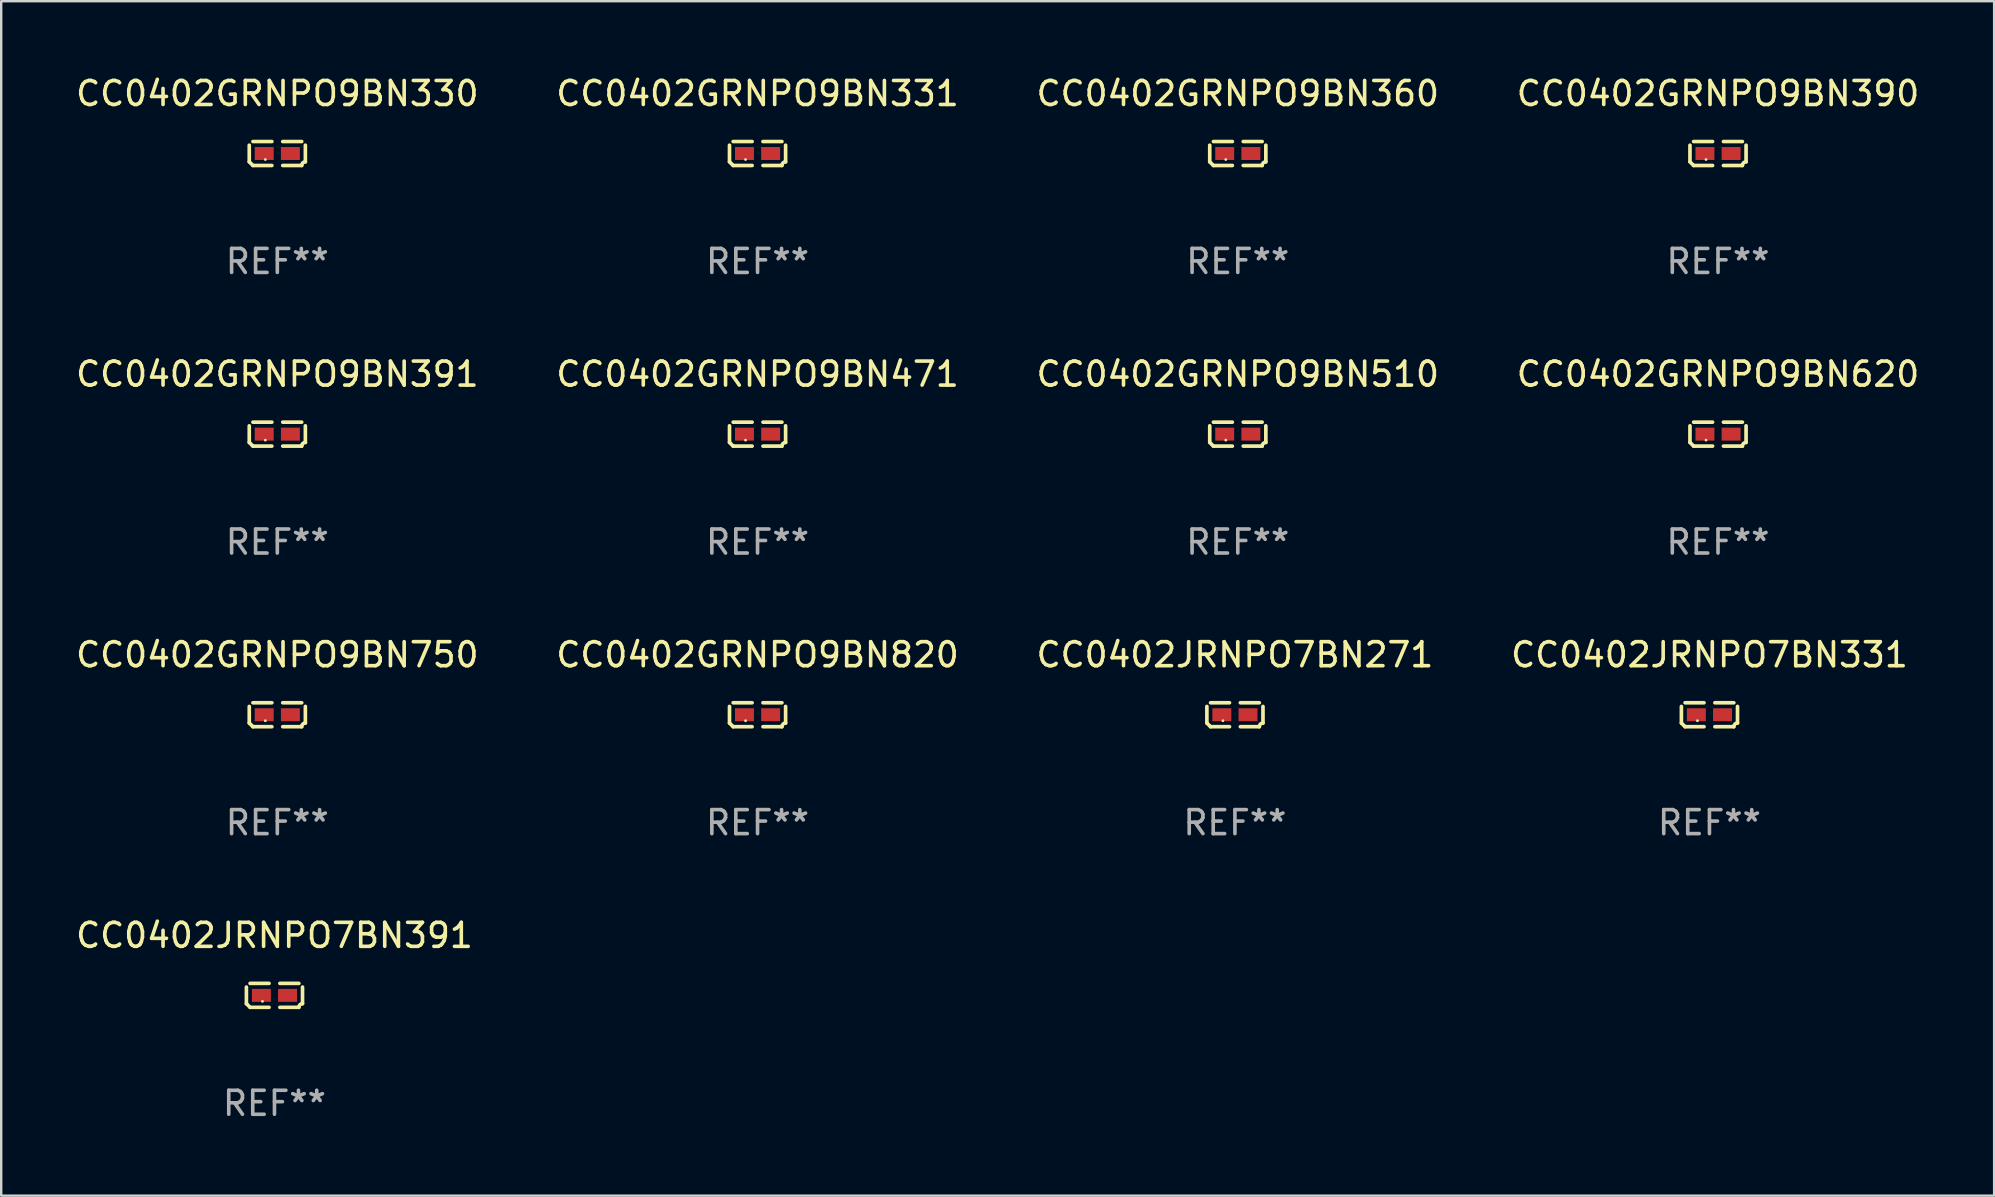
<source format=kicad_pcb>
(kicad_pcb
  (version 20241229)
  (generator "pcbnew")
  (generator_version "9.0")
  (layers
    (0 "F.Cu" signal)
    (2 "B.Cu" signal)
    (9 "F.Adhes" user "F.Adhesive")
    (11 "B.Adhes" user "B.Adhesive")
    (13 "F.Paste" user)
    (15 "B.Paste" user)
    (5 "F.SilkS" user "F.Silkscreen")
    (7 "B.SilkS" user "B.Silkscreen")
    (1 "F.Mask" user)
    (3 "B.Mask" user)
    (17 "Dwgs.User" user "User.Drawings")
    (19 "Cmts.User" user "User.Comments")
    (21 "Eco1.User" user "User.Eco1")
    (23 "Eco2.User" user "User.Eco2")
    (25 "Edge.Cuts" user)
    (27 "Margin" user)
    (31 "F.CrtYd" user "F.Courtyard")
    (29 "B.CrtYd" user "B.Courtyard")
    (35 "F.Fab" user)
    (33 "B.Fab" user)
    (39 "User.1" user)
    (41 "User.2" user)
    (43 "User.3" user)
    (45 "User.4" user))
  (footprint "CC0402GRNPO9BN471"
    (layer "F.Cu")
    (at 28.518 15.041)
    (property "Reference" "CC0402GRNPO9BN471" (at 0 -2.499 0) (layer "F.SilkS") (effects (font (size 1 1) (thickness 0.15))))
    (attr through_hole)
    (fp_line (start -1.169 0.346) (end -1.169 -0.346) (stroke (width 0.152) (type solid)) (layer "F.SilkS"))
    (fp_line (start -1.016 -0.499) (end -0.226 -0.499) (stroke (width 0.152) (type solid)) (layer "F.SilkS"))
    (fp_line (start -0.226 0.499) (end -1.016 0.499) (stroke (width 0.152) (type solid)) (layer "F.SilkS"))
    (fp_line (start 0.226 0.499) (end 1.016 0.499) (stroke (width 0.152) (type solid)) (layer "F.SilkS"))
    (fp_line (start 1.016 -0.499) (end 0.226 -0.499) (stroke (width 0.152) (type solid)) (layer "F.SilkS"))
    (fp_line (start 1.169 0.346) (end 1.169 -0.346) (stroke (width 0.152) (type solid)) (layer "F.SilkS"))
    (fp_arc (start -1.016307 0.498603) (mid -1.092512 0.422405) (end -1.16871 0.3462) (stroke (width 0.1524) (type solid)) (layer "F.SilkS"))
    (fp_arc (start 1.016307 0.498603) (mid 1.060899 0.390758) (end 1.168707 0.346076) (stroke (width 0.1524) (type solid)) (layer "F.SilkS"))
    (fp_circle (center -0.5 0.25) (end -0.47 0.25) (stroke (width 0.06) (type solid)) (fill no) (layer "F.SilkS"))
    (fp_text user "REF**" (at 0 4.499 0) (layer "F.Fab") (effects (font (size 1 1) (thickness 0.15))))
    (pad "1" smd rect (at -0.545 0) (size 0.79 0.54) (layers "F.Cu" "F.Mask" "F.Paste"))
    (pad "2" smd rect (at 0.545 0) (size 0.79 0.54) (layers "F.Cu" "F.Mask" "F.Paste")))
  (footprint "CC0402JRNPO7BN271"
    (layer "F.Cu")
    (at 48.411 26.734)
    (property "Reference" "CC0402JRNPO7BN271" (at 0 -2.499 0) (layer "F.SilkS") (effects (font (size 1 1) (thickness 0.15))))
    (attr through_hole)
    (fp_line (start -1.169 0.346) (end -1.169 -0.346) (stroke (width 0.152) (type solid)) (layer "F.SilkS"))
    (fp_line (start -1.016 -0.499) (end -0.226 -0.499) (stroke (width 0.152) (type solid)) (layer "F.SilkS"))
    (fp_line (start -0.226 0.499) (end -1.016 0.499) (stroke (width 0.152) (type solid)) (layer "F.SilkS"))
    (fp_line (start 0.226 0.499) (end 1.016 0.499) (stroke (width 0.152) (type solid)) (layer "F.SilkS"))
    (fp_line (start 1.016 -0.499) (end 0.226 -0.499) (stroke (width 0.152) (type solid)) (layer "F.SilkS"))
    (fp_line (start 1.169 0.346) (end 1.169 -0.346) (stroke (width 0.152) (type solid)) (layer "F.SilkS"))
    (fp_arc (start -1.016307 0.498603) (mid -1.092512 0.422405) (end -1.16871 0.3462) (stroke (width 0.1524) (type solid)) (layer "F.SilkS"))
    (fp_arc (start 1.016307 0.498603) (mid 1.060899 0.390758) (end 1.168707 0.346076) (stroke (width 0.1524) (type solid)) (layer "F.SilkS"))
    (fp_circle (center -0.5 0.25) (end -0.47 0.25) (stroke (width 0.06) (type solid)) (fill no) (layer "F.SilkS"))
    (fp_text user "REF**" (at 0 4.499 0) (layer "F.Fab") (effects (font (size 1 1) (thickness 0.15))))
    (pad "1" smd rect (at -0.545 0) (size 0.79 0.54) (layers "F.Cu" "F.Mask" "F.Paste"))
    (pad "2" smd rect (at 0.545 0) (size 0.79 0.54) (layers "F.Cu" "F.Mask" "F.Paste")))
  (footprint "CC0402GRNPO9BN331"
    (layer "F.Cu")
    (at 28.518 3.347)
    (property "Reference" "CC0402GRNPO9BN331" (at 0 -2.499 0) (layer "F.SilkS") (effects (font (size 1 1) (thickness 0.15))))
    (attr through_hole)
    (fp_line (start -1.169 0.346) (end -1.169 -0.346) (stroke (width 0.152) (type solid)) (layer "F.SilkS"))
    (fp_line (start -1.016 -0.499) (end -0.226 -0.499) (stroke (width 0.152) (type solid)) (layer "F.SilkS"))
    (fp_line (start -0.226 0.499) (end -1.016 0.499) (stroke (width 0.152) (type solid)) (layer "F.SilkS"))
    (fp_line (start 0.226 0.499) (end 1.016 0.499) (stroke (width 0.152) (type solid)) (layer "F.SilkS"))
    (fp_line (start 1.016 -0.499) (end 0.226 -0.499) (stroke (width 0.152) (type solid)) (layer "F.SilkS"))
    (fp_line (start 1.169 0.346) (end 1.169 -0.346) (stroke (width 0.152) (type solid)) (layer "F.SilkS"))
    (fp_arc (start -1.016307 0.498603) (mid -1.092512 0.422405) (end -1.16871 0.3462) (stroke (width 0.1524) (type solid)) (layer "F.SilkS"))
    (fp_arc (start 1.016307 0.498603) (mid 1.060899 0.390758) (end 1.168707 0.346076) (stroke (width 0.1524) (type solid)) (layer "F.SilkS"))
    (fp_circle (center -0.5 0.25) (end -0.47 0.25) (stroke (width 0.06) (type solid)) (fill no) (layer "F.SilkS"))
    (fp_text user "REF**" (at 0 4.499 0) (layer "F.Fab") (effects (font (size 1 1) (thickness 0.15))))
    (pad "1" smd rect (at -0.545 0) (size 0.79 0.54) (layers "F.Cu" "F.Mask" "F.Paste"))
    (pad "2" smd rect (at 0.545 0) (size 0.79 0.54) (layers "F.Cu" "F.Mask" "F.Paste")))
  (footprint "CC0402JRNPO7BN331"
    (layer "F.Cu")
    (at 68.185 26.734)
    (property "Reference" "CC0402JRNPO7BN331" (at 0 -2.499 0) (layer "F.SilkS") (effects (font (size 1 1) (thickness 0.15))))
    (attr through_hole)
    (fp_line (start -1.169 0.346) (end -1.169 -0.346) (stroke (width 0.152) (type solid)) (layer "F.SilkS"))
    (fp_line (start -1.016 -0.499) (end -0.226 -0.499) (stroke (width 0.152) (type solid)) (layer "F.SilkS"))
    (fp_line (start -0.226 0.499) (end -1.016 0.499) (stroke (width 0.152) (type solid)) (layer "F.SilkS"))
    (fp_line (start 0.226 0.499) (end 1.016 0.499) (stroke (width 0.152) (type solid)) (layer "F.SilkS"))
    (fp_line (start 1.016 -0.499) (end 0.226 -0.499) (stroke (width 0.152) (type solid)) (layer "F.SilkS"))
    (fp_line (start 1.169 0.346) (end 1.169 -0.346) (stroke (width 0.152) (type solid)) (layer "F.SilkS"))
    (fp_arc (start -1.016307 0.498603) (mid -1.092512 0.422405) (end -1.16871 0.3462) (stroke (width 0.1524) (type solid)) (layer "F.SilkS"))
    (fp_arc (start 1.016307 0.498603) (mid 1.060899 0.390758) (end 1.168707 0.346076) (stroke (width 0.1524) (type solid)) (layer "F.SilkS"))
    (fp_circle (center -0.5 0.25) (end -0.47 0.25) (stroke (width 0.06) (type solid)) (fill no) (layer "F.SilkS"))
    (fp_text user "REF**" (at 0 4.499 0) (layer "F.Fab") (effects (font (size 1 1) (thickness 0.15))))
    (pad "1" smd rect (at -0.545 0) (size 0.79 0.54) (layers "F.Cu" "F.Mask" "F.Paste"))
    (pad "2" smd rect (at 0.545 0) (size 0.79 0.54) (layers "F.Cu" "F.Mask" "F.Paste")))
  (footprint "CC0402GRNPO9BN820"
    (layer "F.Cu")
    (at 28.518 26.734)
    (property "Reference" "CC0402GRNPO9BN820" (at 0 -2.499 0) (layer "F.SilkS") (effects (font (size 1 1) (thickness 0.15))))
    (attr through_hole)
    (fp_line (start -1.169 0.346) (end -1.169 -0.346) (stroke (width 0.152) (type solid)) (layer "F.SilkS"))
    (fp_line (start -1.016 -0.499) (end -0.226 -0.499) (stroke (width 0.152) (type solid)) (layer "F.SilkS"))
    (fp_line (start -0.226 0.499) (end -1.016 0.499) (stroke (width 0.152) (type solid)) (layer "F.SilkS"))
    (fp_line (start 0.226 0.499) (end 1.016 0.499) (stroke (width 0.152) (type solid)) (layer "F.SilkS"))
    (fp_line (start 1.016 -0.499) (end 0.226 -0.499) (stroke (width 0.152) (type solid)) (layer "F.SilkS"))
    (fp_line (start 1.169 0.346) (end 1.169 -0.346) (stroke (width 0.152) (type solid)) (layer "F.SilkS"))
    (fp_arc (start -1.016307 0.498603) (mid -1.092512 0.422405) (end -1.16871 0.3462) (stroke (width 0.1524) (type solid)) (layer "F.SilkS"))
    (fp_arc (start 1.016307 0.498603) (mid 1.060899 0.390758) (end 1.168707 0.346076) (stroke (width 0.1524) (type solid)) (layer "F.SilkS"))
    (fp_circle (center -0.5 0.25) (end -0.47 0.25) (stroke (width 0.06) (type solid)) (fill no) (layer "F.SilkS"))
    (fp_text user "REF**" (at 0 4.499 0) (layer "F.Fab") (effects (font (size 1 1) (thickness 0.15))))
    (pad "1" smd rect (at -0.545 0) (size 0.79 0.54) (layers "F.Cu" "F.Mask" "F.Paste"))
    (pad "2" smd rect (at 0.545 0) (size 0.79 0.54) (layers "F.Cu" "F.Mask" "F.Paste")))
  (footprint "CC0402JRNPO7BN391"
    (layer "F.Cu")
    (at 8.387 38.428)
    (property "Reference" "CC0402JRNPO7BN391" (at 0 -2.499 0) (layer "F.SilkS") (effects (font (size 1 1) (thickness 0.15))))
    (attr through_hole)
    (fp_line (start -1.169 0.346) (end -1.169 -0.346) (stroke (width 0.152) (type solid)) (layer "F.SilkS"))
    (fp_line (start -1.016 -0.499) (end -0.226 -0.499) (stroke (width 0.152) (type solid)) (layer "F.SilkS"))
    (fp_line (start -0.226 0.499) (end -1.016 0.499) (stroke (width 0.152) (type solid)) (layer "F.SilkS"))
    (fp_line (start 0.226 0.499) (end 1.016 0.499) (stroke (width 0.152) (type solid)) (layer "F.SilkS"))
    (fp_line (start 1.016 -0.499) (end 0.226 -0.499) (stroke (width 0.152) (type solid)) (layer "F.SilkS"))
    (fp_line (start 1.169 0.346) (end 1.169 -0.346) (stroke (width 0.152) (type solid)) (layer "F.SilkS"))
    (fp_arc (start -1.016307 0.498603) (mid -1.092512 0.422405) (end -1.16871 0.3462) (stroke (width 0.1524) (type solid)) (layer "F.SilkS"))
    (fp_arc (start 1.016307 0.498603) (mid 1.060899 0.390758) (end 1.168707 0.346076) (stroke (width 0.1524) (type solid)) (layer "F.SilkS"))
    (fp_circle (center -0.5 0.25) (end -0.47 0.25) (stroke (width 0.06) (type solid)) (fill no) (layer "F.SilkS"))
    (fp_text user "REF**" (at 0 4.499 0) (layer "F.Fab") (effects (font (size 1 1) (thickness 0.15))))
    (pad "1" smd rect (at -0.545 0) (size 0.79 0.54) (layers "F.Cu" "F.Mask" "F.Paste"))
    (pad "2" smd rect (at 0.545 0) (size 0.79 0.54) (layers "F.Cu" "F.Mask" "F.Paste")))
  (footprint "CC0402GRNPO9BN510"
    (layer "F.Cu")
    (at 48.53 15.041)
    (property "Reference" "CC0402GRNPO9BN510" (at 0 -2.499 0) (layer "F.SilkS") (effects (font (size 1 1) (thickness 0.15))))
    (attr through_hole)
    (fp_line (start -1.169 0.346) (end -1.169 -0.346) (stroke (width 0.152) (type solid)) (layer "F.SilkS"))
    (fp_line (start -1.016 -0.499) (end -0.226 -0.499) (stroke (width 0.152) (type solid)) (layer "F.SilkS"))
    (fp_line (start -0.226 0.499) (end -1.016 0.499) (stroke (width 0.152) (type solid)) (layer "F.SilkS"))
    (fp_line (start 0.226 0.499) (end 1.016 0.499) (stroke (width 0.152) (type solid)) (layer "F.SilkS"))
    (fp_line (start 1.016 -0.499) (end 0.226 -0.499) (stroke (width 0.152) (type solid)) (layer "F.SilkS"))
    (fp_line (start 1.169 0.346) (end 1.169 -0.346) (stroke (width 0.152) (type solid)) (layer "F.SilkS"))
    (fp_arc (start -1.016307 0.498603) (mid -1.092512 0.422405) (end -1.16871 0.3462) (stroke (width 0.1524) (type solid)) (layer "F.SilkS"))
    (fp_arc (start 1.016307 0.498603) (mid 1.060899 0.390758) (end 1.168707 0.346076) (stroke (width 0.1524) (type solid)) (layer "F.SilkS"))
    (fp_circle (center -0.5 0.25) (end -0.47 0.25) (stroke (width 0.06) (type solid)) (fill no) (layer "F.SilkS"))
    (fp_text user "REF**" (at 0 4.499 0) (layer "F.Fab") (effects (font (size 1 1) (thickness 0.15))))
    (pad "1" smd rect (at -0.545 0) (size 0.79 0.54) (layers "F.Cu" "F.Mask" "F.Paste"))
    (pad "2" smd rect (at 0.545 0) (size 0.79 0.54) (layers "F.Cu" "F.Mask" "F.Paste")))
  (footprint "CC0402GRNPO9BN391"
    (layer "F.Cu")
    (at 8.506 15.041)
    (property "Reference" "CC0402GRNPO9BN391" (at 0 -2.499 0) (layer "F.SilkS") (effects (font (size 1 1) (thickness 0.15))))
    (attr through_hole)
    (fp_line (start -1.169 0.346) (end -1.169 -0.346) (stroke (width 0.152) (type solid)) (layer "F.SilkS"))
    (fp_line (start -1.016 -0.499) (end -0.226 -0.499) (stroke (width 0.152) (type solid)) (layer "F.SilkS"))
    (fp_line (start -0.226 0.499) (end -1.016 0.499) (stroke (width 0.152) (type solid)) (layer "F.SilkS"))
    (fp_line (start 0.226 0.499) (end 1.016 0.499) (stroke (width 0.152) (type solid)) (layer "F.SilkS"))
    (fp_line (start 1.016 -0.499) (end 0.226 -0.499) (stroke (width 0.152) (type solid)) (layer "F.SilkS"))
    (fp_line (start 1.169 0.346) (end 1.169 -0.346) (stroke (width 0.152) (type solid)) (layer "F.SilkS"))
    (fp_arc (start -1.016307 0.498603) (mid -1.092512 0.422405) (end -1.16871 0.3462) (stroke (width 0.1524) (type solid)) (layer "F.SilkS"))
    (fp_arc (start 1.016307 0.498603) (mid 1.060899 0.390758) (end 1.168707 0.346076) (stroke (width 0.1524) (type solid)) (layer "F.SilkS"))
    (fp_circle (center -0.5 0.25) (end -0.47 0.25) (stroke (width 0.06) (type solid)) (fill no) (layer "F.SilkS"))
    (fp_text user "REF**" (at 0 4.499 0) (layer "F.Fab") (effects (font (size 1 1) (thickness 0.15))))
    (pad "1" smd rect (at -0.545 0) (size 0.79 0.54) (layers "F.Cu" "F.Mask" "F.Paste"))
    (pad "2" smd rect (at 0.545 0) (size 0.79 0.54) (layers "F.Cu" "F.Mask" "F.Paste")))
  (footprint "CC0402GRNPO9BN750"
    (layer "F.Cu")
    (at 8.506 26.734)
    (property "Reference" "CC0402GRNPO9BN750" (at 0 -2.499 0) (layer "F.SilkS") (effects (font (size 1 1) (thickness 0.15))))
    (attr through_hole)
    (fp_line (start -1.169 0.346) (end -1.169 -0.346) (stroke (width 0.152) (type solid)) (layer "F.SilkS"))
    (fp_line (start -1.016 -0.499) (end -0.226 -0.499) (stroke (width 0.152) (type solid)) (layer "F.SilkS"))
    (fp_line (start -0.226 0.499) (end -1.016 0.499) (stroke (width 0.152) (type solid)) (layer "F.SilkS"))
    (fp_line (start 0.226 0.499) (end 1.016 0.499) (stroke (width 0.152) (type solid)) (layer "F.SilkS"))
    (fp_line (start 1.016 -0.499) (end 0.226 -0.499) (stroke (width 0.152) (type solid)) (layer "F.SilkS"))
    (fp_line (start 1.169 0.346) (end 1.169 -0.346) (stroke (width 0.152) (type solid)) (layer "F.SilkS"))
    (fp_arc (start -1.016307 0.498603) (mid -1.092512 0.422405) (end -1.16871 0.3462) (stroke (width 0.1524) (type solid)) (layer "F.SilkS"))
    (fp_arc (start 1.016307 0.498603) (mid 1.060899 0.390758) (end 1.168707 0.346076) (stroke (width 0.1524) (type solid)) (layer "F.SilkS"))
    (fp_circle (center -0.5 0.25) (end -0.47 0.25) (stroke (width 0.06) (type solid)) (fill no) (layer "F.SilkS"))
    (fp_text user "REF**" (at 0 4.499 0) (layer "F.Fab") (effects (font (size 1 1) (thickness 0.15))))
    (pad "1" smd rect (at -0.545 0) (size 0.79 0.54) (layers "F.Cu" "F.Mask" "F.Paste"))
    (pad "2" smd rect (at 0.545 0) (size 0.79 0.54) (layers "F.Cu" "F.Mask" "F.Paste")))
  (footprint "CC0402GRNPO9BN620"
    (layer "F.Cu")
    (at 68.542 15.041)
    (property "Reference" "CC0402GRNPO9BN620" (at 0 -2.499 0) (layer "F.SilkS") (effects (font (size 1 1) (thickness 0.15))))
    (attr through_hole)
    (fp_line (start -1.169 0.346) (end -1.169 -0.346) (stroke (width 0.152) (type solid)) (layer "F.SilkS"))
    (fp_line (start -1.016 -0.499) (end -0.226 -0.499) (stroke (width 0.152) (type solid)) (layer "F.SilkS"))
    (fp_line (start -0.226 0.499) (end -1.016 0.499) (stroke (width 0.152) (type solid)) (layer "F.SilkS"))
    (fp_line (start 0.226 0.499) (end 1.016 0.499) (stroke (width 0.152) (type solid)) (layer "F.SilkS"))
    (fp_line (start 1.016 -0.499) (end 0.226 -0.499) (stroke (width 0.152) (type solid)) (layer "F.SilkS"))
    (fp_line (start 1.169 0.346) (end 1.169 -0.346) (stroke (width 0.152) (type solid)) (layer "F.SilkS"))
    (fp_arc (start -1.016307 0.498603) (mid -1.092512 0.422405) (end -1.16871 0.3462) (stroke (width 0.1524) (type solid)) (layer "F.SilkS"))
    (fp_arc (start 1.016307 0.498603) (mid 1.060899 0.390758) (end 1.168707 0.346076) (stroke (width 0.1524) (type solid)) (layer "F.SilkS"))
    (fp_circle (center -0.5 0.25) (end -0.47 0.25) (stroke (width 0.06) (type solid)) (fill no) (layer "F.SilkS"))
    (fp_text user "REF**" (at 0 4.499 0) (layer "F.Fab") (effects (font (size 1 1) (thickness 0.15))))
    (pad "1" smd rect (at -0.545 0) (size 0.79 0.54) (layers "F.Cu" "F.Mask" "F.Paste"))
    (pad "2" smd rect (at 0.545 0) (size 0.79 0.54) (layers "F.Cu" "F.Mask" "F.Paste")))
  (footprint "CC0402GRNPO9BN360"
    (layer "F.Cu")
    (at 48.53 3.347)
    (property "Reference" "CC0402GRNPO9BN360" (at 0 -2.499 0) (layer "F.SilkS") (effects (font (size 1 1) (thickness 0.15))))
    (attr through_hole)
    (fp_line (start -1.169 0.346) (end -1.169 -0.346) (stroke (width 0.152) (type solid)) (layer "F.SilkS"))
    (fp_line (start -1.016 -0.499) (end -0.226 -0.499) (stroke (width 0.152) (type solid)) (layer "F.SilkS"))
    (fp_line (start -0.226 0.499) (end -1.016 0.499) (stroke (width 0.152) (type solid)) (layer "F.SilkS"))
    (fp_line (start 0.226 0.499) (end 1.016 0.499) (stroke (width 0.152) (type solid)) (layer "F.SilkS"))
    (fp_line (start 1.016 -0.499) (end 0.226 -0.499) (stroke (width 0.152) (type solid)) (layer "F.SilkS"))
    (fp_line (start 1.169 0.346) (end 1.169 -0.346) (stroke (width 0.152) (type solid)) (layer "F.SilkS"))
    (fp_arc (start -1.016307 0.498603) (mid -1.092512 0.422405) (end -1.16871 0.3462) (stroke (width 0.1524) (type solid)) (layer "F.SilkS"))
    (fp_arc (start 1.016307 0.498603) (mid 1.060899 0.390758) (end 1.168707 0.346076) (stroke (width 0.1524) (type solid)) (layer "F.SilkS"))
    (fp_circle (center -0.5 0.25) (end -0.47 0.25) (stroke (width 0.06) (type solid)) (fill no) (layer "F.SilkS"))
    (fp_text user "REF**" (at 0 4.499 0) (layer "F.Fab") (effects (font (size 1 1) (thickness 0.15))))
    (pad "1" smd rect (at -0.545 0) (size 0.79 0.54) (layers "F.Cu" "F.Mask" "F.Paste"))
    (pad "2" smd rect (at 0.545 0) (size 0.79 0.54) (layers "F.Cu" "F.Mask" "F.Paste")))
  (footprint "CC0402GRNPO9BN390"
    (layer "F.Cu")
    (at 68.542 3.347)
    (property "Reference" "CC0402GRNPO9BN390" (at 0 -2.499 0) (layer "F.SilkS") (effects (font (size 1 1) (thickness 0.15))))
    (attr through_hole)
    (fp_line (start -1.169 0.346) (end -1.169 -0.346) (stroke (width 0.152) (type solid)) (layer "F.SilkS"))
    (fp_line (start -1.016 -0.499) (end -0.226 -0.499) (stroke (width 0.152) (type solid)) (layer "F.SilkS"))
    (fp_line (start -0.226 0.499) (end -1.016 0.499) (stroke (width 0.152) (type solid)) (layer "F.SilkS"))
    (fp_line (start 0.226 0.499) (end 1.016 0.499) (stroke (width 0.152) (type solid)) (layer "F.SilkS"))
    (fp_line (start 1.016 -0.499) (end 0.226 -0.499) (stroke (width 0.152) (type solid)) (layer "F.SilkS"))
    (fp_line (start 1.169 0.346) (end 1.169 -0.346) (stroke (width 0.152) (type solid)) (layer "F.SilkS"))
    (fp_arc (start -1.016307 0.498603) (mid -1.092512 0.422405) (end -1.16871 0.3462) (stroke (width 0.1524) (type solid)) (layer "F.SilkS"))
    (fp_arc (start 1.016307 0.498603) (mid 1.060899 0.390758) (end 1.168707 0.346076) (stroke (width 0.1524) (type solid)) (layer "F.SilkS"))
    (fp_circle (center -0.5 0.25) (end -0.47 0.25) (stroke (width 0.06) (type solid)) (fill no) (layer "F.SilkS"))
    (fp_text user "REF**" (at 0 4.499 0) (layer "F.Fab") (effects (font (size 1 1) (thickness 0.15))))
    (pad "1" smd rect (at -0.545 0) (size 0.79 0.54) (layers "F.Cu" "F.Mask" "F.Paste"))
    (pad "2" smd rect (at 0.545 0) (size 0.79 0.54) (layers "F.Cu" "F.Mask" "F.Paste")))
  (footprint "CC0402GRNPO9BN330"
    (layer "F.Cu")
    (at 8.506 3.347)
    (property "Reference" "CC0402GRNPO9BN330" (at 0 -2.499 0) (layer "F.SilkS") (effects (font (size 1 1) (thickness 0.15))))
    (attr through_hole)
    (fp_line (start -1.169 0.346) (end -1.169 -0.346) (stroke (width 0.152) (type solid)) (layer "F.SilkS"))
    (fp_line (start -1.016 -0.499) (end -0.226 -0.499) (stroke (width 0.152) (type solid)) (layer "F.SilkS"))
    (fp_line (start -0.226 0.499) (end -1.016 0.499) (stroke (width 0.152) (type solid)) (layer "F.SilkS"))
    (fp_line (start 0.226 0.499) (end 1.016 0.499) (stroke (width 0.152) (type solid)) (layer "F.SilkS"))
    (fp_line (start 1.016 -0.499) (end 0.226 -0.499) (stroke (width 0.152) (type solid)) (layer "F.SilkS"))
    (fp_line (start 1.169 0.346) (end 1.169 -0.346) (stroke (width 0.152) (type solid)) (layer "F.SilkS"))
    (fp_arc (start -1.016307 0.498603) (mid -1.092512 0.422405) (end -1.16871 0.3462) (stroke (width 0.1524) (type solid)) (layer "F.SilkS"))
    (fp_arc (start 1.016307 0.498603) (mid 1.060899 0.390758) (end 1.168707 0.346076) (stroke (width 0.1524) (type solid)) (layer "F.SilkS"))
    (fp_circle (center -0.5 0.25) (end -0.47 0.25) (stroke (width 0.06) (type solid)) (fill no) (layer "F.SilkS"))
    (fp_text user "REF**" (at 0 4.499 0) (layer "F.Fab") (effects (font (size 1 1) (thickness 0.15))))
    (pad "1" smd rect (at -0.545 0) (size 0.79 0.54) (layers "F.Cu" "F.Mask" "F.Paste"))
    (pad "2" smd rect (at 0.545 0) (size 0.79 0.54) (layers "F.Cu" "F.Mask" "F.Paste")))
  (gr_rect
    (start -3 -3)
    (end 80.048 46.775)
    (stroke (width 0.1) (type default))
    (fill no)
    (layer "Edge.Cuts")))
</source>
